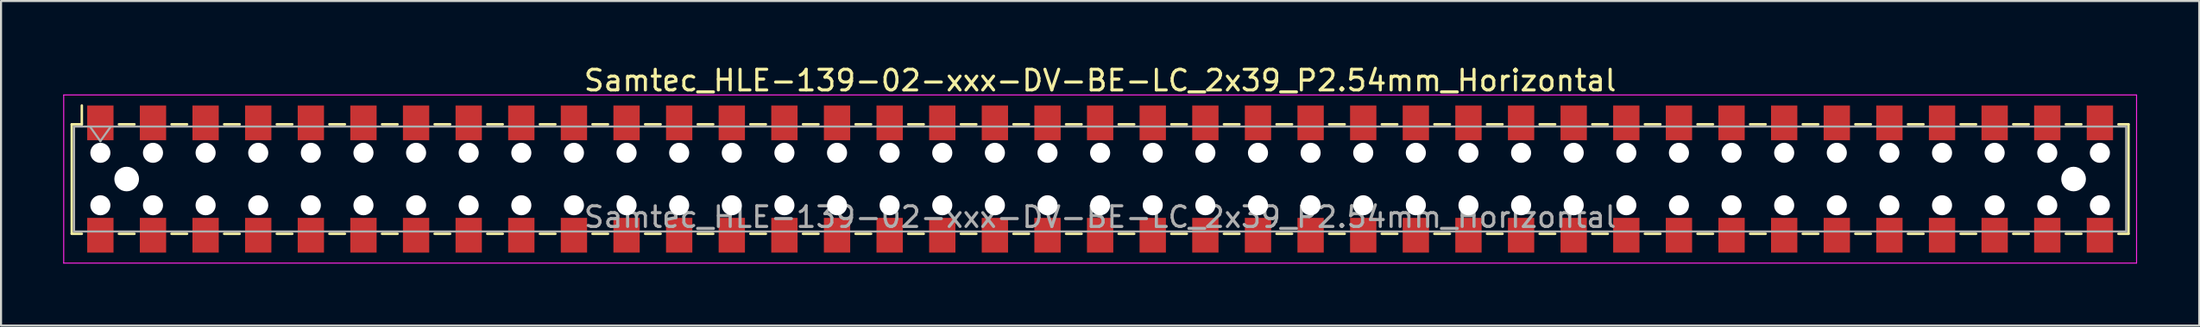
<source format=kicad_pcb>
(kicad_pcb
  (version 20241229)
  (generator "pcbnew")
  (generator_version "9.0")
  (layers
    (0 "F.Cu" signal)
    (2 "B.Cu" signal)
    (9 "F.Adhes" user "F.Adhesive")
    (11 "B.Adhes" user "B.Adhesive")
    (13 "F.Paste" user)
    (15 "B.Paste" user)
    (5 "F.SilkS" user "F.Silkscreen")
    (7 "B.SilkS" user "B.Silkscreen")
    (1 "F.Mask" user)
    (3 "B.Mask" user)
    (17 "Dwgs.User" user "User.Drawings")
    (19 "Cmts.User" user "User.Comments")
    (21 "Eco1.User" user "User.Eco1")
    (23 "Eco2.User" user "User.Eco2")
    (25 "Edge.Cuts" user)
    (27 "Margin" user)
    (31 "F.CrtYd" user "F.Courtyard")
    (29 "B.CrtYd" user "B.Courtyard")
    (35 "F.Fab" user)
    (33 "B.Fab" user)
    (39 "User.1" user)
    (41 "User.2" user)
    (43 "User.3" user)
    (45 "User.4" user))
  (footprint "Samtec_HLE-139-02-xxx-DV-BE-LC_2x39_P2.54mm_Horizontal"
    (layer "F.Cu")
    (at 50.055 5.618)
    (property "Reference" "Samtec_HLE-139-02-xxx-DV-BE-LC_2x39_P2.54mm_Horizontal" (at 0 -4.77 0) (layer "F.SilkS") (effects (font (size 1 1) (thickness 0.15))))
    (attr smd)
    (fp_line (start -49.64 -2.65) (end -49.64 2.65) (stroke (width 0.12) (type solid)) (layer "F.SilkS"))
    (fp_line (start -49.64 2.65) (end -49.155 2.65) (stroke (width 0.12) (type solid)) (layer "F.SilkS"))
    (fp_line (start -49.155 -3.56) (end -49.155 -2.65) (stroke (width 0.12) (type solid)) (layer "F.SilkS"))
    (fp_line (start -49.155 -2.65) (end -49.64 -2.65) (stroke (width 0.12) (type solid)) (layer "F.SilkS"))
    (fp_line (start -47.365 -2.65) (end -46.615 -2.65) (stroke (width 0.12) (type solid)) (layer "F.SilkS"))
    (fp_line (start -47.365 2.65) (end -46.615 2.65) (stroke (width 0.12) (type solid)) (layer "F.SilkS"))
    (fp_line (start -44.825 -2.65) (end -44.075 -2.65) (stroke (width 0.12) (type solid)) (layer "F.SilkS"))
    (fp_line (start -44.825 2.65) (end -44.075 2.65) (stroke (width 0.12) (type solid)) (layer "F.SilkS"))
    (fp_line (start -42.285 -2.65) (end -41.535 -2.65) (stroke (width 0.12) (type solid)) (layer "F.SilkS"))
    (fp_line (start -42.285 2.65) (end -41.535 2.65) (stroke (width 0.12) (type solid)) (layer "F.SilkS"))
    (fp_line (start -39.745 -2.65) (end -38.995 -2.65) (stroke (width 0.12) (type solid)) (layer "F.SilkS"))
    (fp_line (start -39.745 2.65) (end -38.995 2.65) (stroke (width 0.12) (type solid)) (layer "F.SilkS"))
    (fp_line (start -37.205 -2.65) (end -36.455 -2.65) (stroke (width 0.12) (type solid)) (layer "F.SilkS"))
    (fp_line (start -37.205 2.65) (end -36.455 2.65) (stroke (width 0.12) (type solid)) (layer "F.SilkS"))
    (fp_line (start -34.665 -2.65) (end -33.915 -2.65) (stroke (width 0.12) (type solid)) (layer "F.SilkS"))
    (fp_line (start -34.665 2.65) (end -33.915 2.65) (stroke (width 0.12) (type solid)) (layer "F.SilkS"))
    (fp_line (start -32.125 -2.65) (end -31.375 -2.65) (stroke (width 0.12) (type solid)) (layer "F.SilkS"))
    (fp_line (start -32.125 2.65) (end -31.375 2.65) (stroke (width 0.12) (type solid)) (layer "F.SilkS"))
    (fp_line (start -29.585 -2.65) (end -28.835 -2.65) (stroke (width 0.12) (type solid)) (layer "F.SilkS"))
    (fp_line (start -29.585 2.65) (end -28.835 2.65) (stroke (width 0.12) (type solid)) (layer "F.SilkS"))
    (fp_line (start -27.045 -2.65) (end -26.295 -2.65) (stroke (width 0.12) (type solid)) (layer "F.SilkS"))
    (fp_line (start -27.045 2.65) (end -26.295 2.65) (stroke (width 0.12) (type solid)) (layer "F.SilkS"))
    (fp_line (start -24.505 -2.65) (end -23.755 -2.65) (stroke (width 0.12) (type solid)) (layer "F.SilkS"))
    (fp_line (start -24.505 2.65) (end -23.755 2.65) (stroke (width 0.12) (type solid)) (layer "F.SilkS"))
    (fp_line (start -21.965 -2.65) (end -21.215 -2.65) (stroke (width 0.12) (type solid)) (layer "F.SilkS"))
    (fp_line (start -21.965 2.65) (end -21.215 2.65) (stroke (width 0.12) (type solid)) (layer "F.SilkS"))
    (fp_line (start -19.425 -2.65) (end -18.675 -2.65) (stroke (width 0.12) (type solid)) (layer "F.SilkS"))
    (fp_line (start -19.425 2.65) (end -18.675 2.65) (stroke (width 0.12) (type solid)) (layer "F.SilkS"))
    (fp_line (start -16.885 -2.65) (end -16.135 -2.65) (stroke (width 0.12) (type solid)) (layer "F.SilkS"))
    (fp_line (start -16.885 2.65) (end -16.135 2.65) (stroke (width 0.12) (type solid)) (layer "F.SilkS"))
    (fp_line (start -14.345 -2.65) (end -13.595 -2.65) (stroke (width 0.12) (type solid)) (layer "F.SilkS"))
    (fp_line (start -14.345 2.65) (end -13.595 2.65) (stroke (width 0.12) (type solid)) (layer "F.SilkS"))
    (fp_line (start -11.805 -2.65) (end -11.055 -2.65) (stroke (width 0.12) (type solid)) (layer "F.SilkS"))
    (fp_line (start -11.805 2.65) (end -11.055 2.65) (stroke (width 0.12) (type solid)) (layer "F.SilkS"))
    (fp_line (start -9.265 -2.65) (end -8.515 -2.65) (stroke (width 0.12) (type solid)) (layer "F.SilkS"))
    (fp_line (start -9.265 2.65) (end -8.515 2.65) (stroke (width 0.12) (type solid)) (layer "F.SilkS"))
    (fp_line (start -6.725 -2.65) (end -5.975 -2.65) (stroke (width 0.12) (type solid)) (layer "F.SilkS"))
    (fp_line (start -6.725 2.65) (end -5.975 2.65) (stroke (width 0.12) (type solid)) (layer "F.SilkS"))
    (fp_line (start -4.185 -2.65) (end -3.435 -2.65) (stroke (width 0.12) (type solid)) (layer "F.SilkS"))
    (fp_line (start -4.185 2.65) (end -3.435 2.65) (stroke (width 0.12) (type solid)) (layer "F.SilkS"))
    (fp_line (start -1.645 -2.65) (end -0.895 -2.65) (stroke (width 0.12) (type solid)) (layer "F.SilkS"))
    (fp_line (start -1.645 2.65) (end -0.895 2.65) (stroke (width 0.12) (type solid)) (layer "F.SilkS"))
    (fp_line (start 0.895 -2.65) (end 1.645 -2.65) (stroke (width 0.12) (type solid)) (layer "F.SilkS"))
    (fp_line (start 0.895 2.65) (end 1.645 2.65) (stroke (width 0.12) (type solid)) (layer "F.SilkS"))
    (fp_line (start 3.435 -2.65) (end 4.185 -2.65) (stroke (width 0.12) (type solid)) (layer "F.SilkS"))
    (fp_line (start 3.435 2.65) (end 4.185 2.65) (stroke (width 0.12) (type solid)) (layer "F.SilkS"))
    (fp_line (start 5.975 -2.65) (end 6.725 -2.65) (stroke (width 0.12) (type solid)) (layer "F.SilkS"))
    (fp_line (start 5.975 2.65) (end 6.725 2.65) (stroke (width 0.12) (type solid)) (layer "F.SilkS"))
    (fp_line (start 8.515 -2.65) (end 9.265 -2.65) (stroke (width 0.12) (type solid)) (layer "F.SilkS"))
    (fp_line (start 8.515 2.65) (end 9.265 2.65) (stroke (width 0.12) (type solid)) (layer "F.SilkS"))
    (fp_line (start 11.055 -2.65) (end 11.805 -2.65) (stroke (width 0.12) (type solid)) (layer "F.SilkS"))
    (fp_line (start 11.055 2.65) (end 11.805 2.65) (stroke (width 0.12) (type solid)) (layer "F.SilkS"))
    (fp_line (start 13.595 -2.65) (end 14.345 -2.65) (stroke (width 0.12) (type solid)) (layer "F.SilkS"))
    (fp_line (start 13.595 2.65) (end 14.345 2.65) (stroke (width 0.12) (type solid)) (layer "F.SilkS"))
    (fp_line (start 16.135 -2.65) (end 16.885 -2.65) (stroke (width 0.12) (type solid)) (layer "F.SilkS"))
    (fp_line (start 16.135 2.65) (end 16.885 2.65) (stroke (width 0.12) (type solid)) (layer "F.SilkS"))
    (fp_line (start 18.675 -2.65) (end 19.425 -2.65) (stroke (width 0.12) (type solid)) (layer "F.SilkS"))
    (fp_line (start 18.675 2.65) (end 19.425 2.65) (stroke (width 0.12) (type solid)) (layer "F.SilkS"))
    (fp_line (start 21.215 -2.65) (end 21.965 -2.65) (stroke (width 0.12) (type solid)) (layer "F.SilkS"))
    (fp_line (start 21.215 2.65) (end 21.965 2.65) (stroke (width 0.12) (type solid)) (layer "F.SilkS"))
    (fp_line (start 23.755 -2.65) (end 24.505 -2.65) (stroke (width 0.12) (type solid)) (layer "F.SilkS"))
    (fp_line (start 23.755 2.65) (end 24.505 2.65) (stroke (width 0.12) (type solid)) (layer "F.SilkS"))
    (fp_line (start 26.295 -2.65) (end 27.045 -2.65) (stroke (width 0.12) (type solid)) (layer "F.SilkS"))
    (fp_line (start 26.295 2.65) (end 27.045 2.65) (stroke (width 0.12) (type solid)) (layer "F.SilkS"))
    (fp_line (start 28.835 -2.65) (end 29.585 -2.65) (stroke (width 0.12) (type solid)) (layer "F.SilkS"))
    (fp_line (start 28.835 2.65) (end 29.585 2.65) (stroke (width 0.12) (type solid)) (layer "F.SilkS"))
    (fp_line (start 31.375 -2.65) (end 32.125 -2.65) (stroke (width 0.12) (type solid)) (layer "F.SilkS"))
    (fp_line (start 31.375 2.65) (end 32.125 2.65) (stroke (width 0.12) (type solid)) (layer "F.SilkS"))
    (fp_line (start 33.915 -2.65) (end 34.665 -2.65) (stroke (width 0.12) (type solid)) (layer "F.SilkS"))
    (fp_line (start 33.915 2.65) (end 34.665 2.65) (stroke (width 0.12) (type solid)) (layer "F.SilkS"))
    (fp_line (start 36.455 -2.65) (end 37.205 -2.65) (stroke (width 0.12) (type solid)) (layer "F.SilkS"))
    (fp_line (start 36.455 2.65) (end 37.205 2.65) (stroke (width 0.12) (type solid)) (layer "F.SilkS"))
    (fp_line (start 38.995 -2.65) (end 39.745 -2.65) (stroke (width 0.12) (type solid)) (layer "F.SilkS"))
    (fp_line (start 38.995 2.65) (end 39.745 2.65) (stroke (width 0.12) (type solid)) (layer "F.SilkS"))
    (fp_line (start 41.535 -2.65) (end 42.285 -2.65) (stroke (width 0.12) (type solid)) (layer "F.SilkS"))
    (fp_line (start 41.535 2.65) (end 42.285 2.65) (stroke (width 0.12) (type solid)) (layer "F.SilkS"))
    (fp_line (start 44.075 -2.65) (end 44.825 -2.65) (stroke (width 0.12) (type solid)) (layer "F.SilkS"))
    (fp_line (start 44.075 2.65) (end 44.825 2.65) (stroke (width 0.12) (type solid)) (layer "F.SilkS"))
    (fp_line (start 46.615 -2.65) (end 47.365 -2.65) (stroke (width 0.12) (type solid)) (layer "F.SilkS"))
    (fp_line (start 46.615 2.65) (end 47.365 2.65) (stroke (width 0.12) (type solid)) (layer "F.SilkS"))
    (fp_line (start 49.155 -2.65) (end 49.64 -2.65) (stroke (width 0.12) (type solid)) (layer "F.SilkS"))
    (fp_line (start 49.64 -2.65) (end 49.64 2.65) (stroke (width 0.12) (type solid)) (layer "F.SilkS"))
    (fp_line (start 49.64 2.65) (end 49.155 2.65) (stroke (width 0.12) (type solid)) (layer "F.SilkS"))
    (fp_line (start -50.03 -4.07) (end 50.03 -4.07) (stroke (width 0.05) (type solid)) (layer "F.CrtYd"))
    (fp_line (start -50.03 4.07) (end -50.03 -4.07) (stroke (width 0.05) (type solid)) (layer "F.CrtYd"))
    (fp_line (start 50.03 -4.07) (end 50.03 4.07) (stroke (width 0.05) (type solid)) (layer "F.CrtYd"))
    (fp_line (start 50.03 4.07) (end -50.03 4.07) (stroke (width 0.05) (type solid)) (layer "F.CrtYd"))
    (fp_line (start -49.53 -2.54) (end 49.53 -2.54) (stroke (width 0.1) (type solid)) (layer "F.Fab"))
    (fp_line (start -49.53 2.54) (end -49.53 -2.54) (stroke (width 0.1) (type solid)) (layer "F.Fab"))
    (fp_line (start -48.76 -2.54) (end -48.26 -1.833) (stroke (width 0.1) (type solid)) (layer "F.Fab"))
    (fp_line (start -48.26 -1.833) (end -47.76 -2.54) (stroke (width 0.1) (type solid)) (layer "F.Fab"))
    (fp_line (start 49.53 -2.54) (end 49.53 2.54) (stroke (width 0.1) (type solid)) (layer "F.Fab"))
    (fp_line (start 49.53 2.54) (end -49.53 2.54) (stroke (width 0.1) (type solid)) (layer "F.Fab"))
    (fp_text user "${REFERENCE}" (at 0 1.84 0) (layer "F.Fab") (effects (font (size 1 1) (thickness 0.15))))
    (pad "" np_thru_hole circle (at -48.26 -1.27) (size 0.97 0.97) (drill 0.97) (layers "*.Cu" "*.Mask"))
    (pad "" np_thru_hole circle (at -48.26 1.27) (size 0.97 0.97) (drill 0.97) (layers "*.Cu" "*.Mask"))
    (pad "" np_thru_hole circle (at -46.99 0) (size 1.19 1.19) (drill 1.19) (layers "*.Cu" "*.Mask"))
    (pad "" np_thru_hole circle (at -45.72 -1.27) (size 0.97 0.97) (drill 0.97) (layers "*.Cu" "*.Mask"))
    (pad "" np_thru_hole circle (at -45.72 1.27) (size 0.97 0.97) (drill 0.97) (layers "*.Cu" "*.Mask"))
    (pad "" np_thru_hole circle (at -43.18 -1.27) (size 0.97 0.97) (drill 0.97) (layers "*.Cu" "*.Mask"))
    (pad "" np_thru_hole circle (at -43.18 1.27) (size 0.97 0.97) (drill 0.97) (layers "*.Cu" "*.Mask"))
    (pad "" np_thru_hole circle (at -40.64 -1.27) (size 0.97 0.97) (drill 0.97) (layers "*.Cu" "*.Mask"))
    (pad "" np_thru_hole circle (at -40.64 1.27) (size 0.97 0.97) (drill 0.97) (layers "*.Cu" "*.Mask"))
    (pad "" np_thru_hole circle (at -38.1 -1.27) (size 0.97 0.97) (drill 0.97) (layers "*.Cu" "*.Mask"))
    (pad "" np_thru_hole circle (at -38.1 1.27) (size 0.97 0.97) (drill 0.97) (layers "*.Cu" "*.Mask"))
    (pad "" np_thru_hole circle (at -35.56 -1.27) (size 0.97 0.97) (drill 0.97) (layers "*.Cu" "*.Mask"))
    (pad "" np_thru_hole circle (at -35.56 1.27) (size 0.97 0.97) (drill 0.97) (layers "*.Cu" "*.Mask"))
    (pad "" np_thru_hole circle (at -33.02 -1.27) (size 0.97 0.97) (drill 0.97) (layers "*.Cu" "*.Mask"))
    (pad "" np_thru_hole circle (at -33.02 1.27) (size 0.97 0.97) (drill 0.97) (layers "*.Cu" "*.Mask"))
    (pad "" np_thru_hole circle (at -30.48 -1.27) (size 0.97 0.97) (drill 0.97) (layers "*.Cu" "*.Mask"))
    (pad "" np_thru_hole circle (at -30.48 1.27) (size 0.97 0.97) (drill 0.97) (layers "*.Cu" "*.Mask"))
    (pad "" np_thru_hole circle (at -27.94 -1.27) (size 0.97 0.97) (drill 0.97) (layers "*.Cu" "*.Mask"))
    (pad "" np_thru_hole circle (at -27.94 1.27) (size 0.97 0.97) (drill 0.97) (layers "*.Cu" "*.Mask"))
    (pad "" np_thru_hole circle (at -25.4 -1.27) (size 0.97 0.97) (drill 0.97) (layers "*.Cu" "*.Mask"))
    (pad "" np_thru_hole circle (at -25.4 1.27) (size 0.97 0.97) (drill 0.97) (layers "*.Cu" "*.Mask"))
    (pad "" np_thru_hole circle (at -22.86 -1.27) (size 0.97 0.97) (drill 0.97) (layers "*.Cu" "*.Mask"))
    (pad "" np_thru_hole circle (at -22.86 1.27) (size 0.97 0.97) (drill 0.97) (layers "*.Cu" "*.Mask"))
    (pad "" np_thru_hole circle (at -20.32 -1.27) (size 0.97 0.97) (drill 0.97) (layers "*.Cu" "*.Mask"))
    (pad "" np_thru_hole circle (at -20.32 1.27) (size 0.97 0.97) (drill 0.97) (layers "*.Cu" "*.Mask"))
    (pad "" np_thru_hole circle (at -17.78 -1.27) (size 0.97 0.97) (drill 0.97) (layers "*.Cu" "*.Mask"))
    (pad "" np_thru_hole circle (at -17.78 1.27) (size 0.97 0.97) (drill 0.97) (layers "*.Cu" "*.Mask"))
    (pad "" np_thru_hole circle (at -15.24 -1.27) (size 0.97 0.97) (drill 0.97) (layers "*.Cu" "*.Mask"))
    (pad "" np_thru_hole circle (at -15.24 1.27) (size 0.97 0.97) (drill 0.97) (layers "*.Cu" "*.Mask"))
    (pad "" np_thru_hole circle (at -12.7 -1.27) (size 0.97 0.97) (drill 0.97) (layers "*.Cu" "*.Mask"))
    (pad "" np_thru_hole circle (at -12.7 1.27) (size 0.97 0.97) (drill 0.97) (layers "*.Cu" "*.Mask"))
    (pad "" np_thru_hole circle (at -10.16 -1.27) (size 0.97 0.97) (drill 0.97) (layers "*.Cu" "*.Mask"))
    (pad "" np_thru_hole circle (at -10.16 1.27) (size 0.97 0.97) (drill 0.97) (layers "*.Cu" "*.Mask"))
    (pad "" np_thru_hole circle (at -7.62 -1.27) (size 0.97 0.97) (drill 0.97) (layers "*.Cu" "*.Mask"))
    (pad "" np_thru_hole circle (at -7.62 1.27) (size 0.97 0.97) (drill 0.97) (layers "*.Cu" "*.Mask"))
    (pad "" np_thru_hole circle (at -5.08 -1.27) (size 0.97 0.97) (drill 0.97) (layers "*.Cu" "*.Mask"))
    (pad "" np_thru_hole circle (at -5.08 1.27) (size 0.97 0.97) (drill 0.97) (layers "*.Cu" "*.Mask"))
    (pad "" np_thru_hole circle (at -2.54 -1.27) (size 0.97 0.97) (drill 0.97) (layers "*.Cu" "*.Mask"))
    (pad "" np_thru_hole circle (at -2.54 1.27) (size 0.97 0.97) (drill 0.97) (layers "*.Cu" "*.Mask"))
    (pad "" np_thru_hole circle (at 0 -1.27) (size 0.97 0.97) (drill 0.97) (layers "*.Cu" "*.Mask"))
    (pad "" np_thru_hole circle (at 0 1.27) (size 0.97 0.97) (drill 0.97) (layers "*.Cu" "*.Mask"))
    (pad "" np_thru_hole circle (at 2.54 -1.27) (size 0.97 0.97) (drill 0.97) (layers "*.Cu" "*.Mask"))
    (pad "" np_thru_hole circle (at 2.54 1.27) (size 0.97 0.97) (drill 0.97) (layers "*.Cu" "*.Mask"))
    (pad "" np_thru_hole circle (at 5.08 -1.27) (size 0.97 0.97) (drill 0.97) (layers "*.Cu" "*.Mask"))
    (pad "" np_thru_hole circle (at 5.08 1.27) (size 0.97 0.97) (drill 0.97) (layers "*.Cu" "*.Mask"))
    (pad "" np_thru_hole circle (at 7.62 -1.27) (size 0.97 0.97) (drill 0.97) (layers "*.Cu" "*.Mask"))
    (pad "" np_thru_hole circle (at 7.62 1.27) (size 0.97 0.97) (drill 0.97) (layers "*.Cu" "*.Mask"))
    (pad "" np_thru_hole circle (at 10.16 -1.27) (size 0.97 0.97) (drill 0.97) (layers "*.Cu" "*.Mask"))
    (pad "" np_thru_hole circle (at 10.16 1.27) (size 0.97 0.97) (drill 0.97) (layers "*.Cu" "*.Mask"))
    (pad "" np_thru_hole circle (at 12.7 -1.27) (size 0.97 0.97) (drill 0.97) (layers "*.Cu" "*.Mask"))
    (pad "" np_thru_hole circle (at 12.7 1.27) (size 0.97 0.97) (drill 0.97) (layers "*.Cu" "*.Mask"))
    (pad "" np_thru_hole circle (at 15.24 -1.27) (size 0.97 0.97) (drill 0.97) (layers "*.Cu" "*.Mask"))
    (pad "" np_thru_hole circle (at 15.24 1.27) (size 0.97 0.97) (drill 0.97) (layers "*.Cu" "*.Mask"))
    (pad "" np_thru_hole circle (at 17.78 -1.27) (size 0.97 0.97) (drill 0.97) (layers "*.Cu" "*.Mask"))
    (pad "" np_thru_hole circle (at 17.78 1.27) (size 0.97 0.97) (drill 0.97) (layers "*.Cu" "*.Mask"))
    (pad "" np_thru_hole circle (at 20.32 -1.27) (size 0.97 0.97) (drill 0.97) (layers "*.Cu" "*.Mask"))
    (pad "" np_thru_hole circle (at 20.32 1.27) (size 0.97 0.97) (drill 0.97) (layers "*.Cu" "*.Mask"))
    (pad "" np_thru_hole circle (at 22.86 -1.27) (size 0.97 0.97) (drill 0.97) (layers "*.Cu" "*.Mask"))
    (pad "" np_thru_hole circle (at 22.86 1.27) (size 0.97 0.97) (drill 0.97) (layers "*.Cu" "*.Mask"))
    (pad "" np_thru_hole circle (at 25.4 -1.27) (size 0.97 0.97) (drill 0.97) (layers "*.Cu" "*.Mask"))
    (pad "" np_thru_hole circle (at 25.4 1.27) (size 0.97 0.97) (drill 0.97) (layers "*.Cu" "*.Mask"))
    (pad "" np_thru_hole circle (at 27.94 -1.27) (size 0.97 0.97) (drill 0.97) (layers "*.Cu" "*.Mask"))
    (pad "" np_thru_hole circle (at 27.94 1.27) (size 0.97 0.97) (drill 0.97) (layers "*.Cu" "*.Mask"))
    (pad "" np_thru_hole circle (at 30.48 -1.27) (size 0.97 0.97) (drill 0.97) (layers "*.Cu" "*.Mask"))
    (pad "" np_thru_hole circle (at 30.48 1.27) (size 0.97 0.97) (drill 0.97) (layers "*.Cu" "*.Mask"))
    (pad "" np_thru_hole circle (at 33.02 -1.27) (size 0.97 0.97) (drill 0.97) (layers "*.Cu" "*.Mask"))
    (pad "" np_thru_hole circle (at 33.02 1.27) (size 0.97 0.97) (drill 0.97) (layers "*.Cu" "*.Mask"))
    (pad "" np_thru_hole circle (at 35.56 -1.27) (size 0.97 0.97) (drill 0.97) (layers "*.Cu" "*.Mask"))
    (pad "" np_thru_hole circle (at 35.56 1.27) (size 0.97 0.97) (drill 0.97) (layers "*.Cu" "*.Mask"))
    (pad "" np_thru_hole circle (at 38.1 -1.27) (size 0.97 0.97) (drill 0.97) (layers "*.Cu" "*.Mask"))
    (pad "" np_thru_hole circle (at 38.1 1.27) (size 0.97 0.97) (drill 0.97) (layers "*.Cu" "*.Mask"))
    (pad "" np_thru_hole circle (at 40.64 -1.27) (size 0.97 0.97) (drill 0.97) (layers "*.Cu" "*.Mask"))
    (pad "" np_thru_hole circle (at 40.64 1.27) (size 0.97 0.97) (drill 0.97) (layers "*.Cu" "*.Mask"))
    (pad "" np_thru_hole circle (at 43.18 -1.27) (size 0.97 0.97) (drill 0.97) (layers "*.Cu" "*.Mask"))
    (pad "" np_thru_hole circle (at 43.18 1.27) (size 0.97 0.97) (drill 0.97) (layers "*.Cu" "*.Mask"))
    (pad "" np_thru_hole circle (at 45.72 -1.27) (size 0.97 0.97) (drill 0.97) (layers "*.Cu" "*.Mask"))
    (pad "" np_thru_hole circle (at 45.72 1.27) (size 0.97 0.97) (drill 0.97) (layers "*.Cu" "*.Mask"))
    (pad "" np_thru_hole circle (at 46.99 0) (size 1.19 1.19) (drill 1.19) (layers "*.Cu" "*.Mask"))
    (pad "" np_thru_hole circle (at 48.26 -1.27) (size 0.97 0.97) (drill 0.97) (layers "*.Cu" "*.Mask"))
    (pad "" np_thru_hole circle (at 48.26 1.27) (size 0.97 0.97) (drill 0.97) (layers "*.Cu" "*.Mask"))
    (pad "1" smd rect (at -48.26 -2.72) (size 1.27 1.68) (layers "F.Cu" "F.Mask" "F.Paste"))
    (pad "2" smd rect (at -48.26 2.72) (size 1.27 1.68) (layers "F.Cu" "F.Mask" "F.Paste"))
    (pad "3" smd rect (at -45.72 -2.72) (size 1.27 1.68) (layers "F.Cu" "F.Mask" "F.Paste"))
    (pad "4" smd rect (at -45.72 2.72) (size 1.27 1.68) (layers "F.Cu" "F.Mask" "F.Paste"))
    (pad "5" smd rect (at -43.18 -2.72) (size 1.27 1.68) (layers "F.Cu" "F.Mask" "F.Paste"))
    (pad "6" smd rect (at -43.18 2.72) (size 1.27 1.68) (layers "F.Cu" "F.Mask" "F.Paste"))
    (pad "7" smd rect (at -40.64 -2.72) (size 1.27 1.68) (layers "F.Cu" "F.Mask" "F.Paste"))
    (pad "8" smd rect (at -40.64 2.72) (size 1.27 1.68) (layers "F.Cu" "F.Mask" "F.Paste"))
    (pad "9" smd rect (at -38.1 -2.72) (size 1.27 1.68) (layers "F.Cu" "F.Mask" "F.Paste"))
    (pad "10" smd rect (at -38.1 2.72) (size 1.27 1.68) (layers "F.Cu" "F.Mask" "F.Paste"))
    (pad "11" smd rect (at -35.56 -2.72) (size 1.27 1.68) (layers "F.Cu" "F.Mask" "F.Paste"))
    (pad "12" smd rect (at -35.56 2.72) (size 1.27 1.68) (layers "F.Cu" "F.Mask" "F.Paste"))
    (pad "13" smd rect (at -33.02 -2.72) (size 1.27 1.68) (layers "F.Cu" "F.Mask" "F.Paste"))
    (pad "14" smd rect (at -33.02 2.72) (size 1.27 1.68) (layers "F.Cu" "F.Mask" "F.Paste"))
    (pad "15" smd rect (at -30.48 -2.72) (size 1.27 1.68) (layers "F.Cu" "F.Mask" "F.Paste"))
    (pad "16" smd rect (at -30.48 2.72) (size 1.27 1.68) (layers "F.Cu" "F.Mask" "F.Paste"))
    (pad "17" smd rect (at -27.94 -2.72) (size 1.27 1.68) (layers "F.Cu" "F.Mask" "F.Paste"))
    (pad "18" smd rect (at -27.94 2.72) (size 1.27 1.68) (layers "F.Cu" "F.Mask" "F.Paste"))
    (pad "19" smd rect (at -25.4 -2.72) (size 1.27 1.68) (layers "F.Cu" "F.Mask" "F.Paste"))
    (pad "20" smd rect (at -25.4 2.72) (size 1.27 1.68) (layers "F.Cu" "F.Mask" "F.Paste"))
    (pad "21" smd rect (at -22.86 -2.72) (size 1.27 1.68) (layers "F.Cu" "F.Mask" "F.Paste"))
    (pad "22" smd rect (at -22.86 2.72) (size 1.27 1.68) (layers "F.Cu" "F.Mask" "F.Paste"))
    (pad "23" smd rect (at -20.32 -2.72) (size 1.27 1.68) (layers "F.Cu" "F.Mask" "F.Paste"))
    (pad "24" smd rect (at -20.32 2.72) (size 1.27 1.68) (layers "F.Cu" "F.Mask" "F.Paste"))
    (pad "25" smd rect (at -17.78 -2.72) (size 1.27 1.68) (layers "F.Cu" "F.Mask" "F.Paste"))
    (pad "26" smd rect (at -17.78 2.72) (size 1.27 1.68) (layers "F.Cu" "F.Mask" "F.Paste"))
    (pad "27" smd rect (at -15.24 -2.72) (size 1.27 1.68) (layers "F.Cu" "F.Mask" "F.Paste"))
    (pad "28" smd rect (at -15.24 2.72) (size 1.27 1.68) (layers "F.Cu" "F.Mask" "F.Paste"))
    (pad "29" smd rect (at -12.7 -2.72) (size 1.27 1.68) (layers "F.Cu" "F.Mask" "F.Paste"))
    (pad "30" smd rect (at -12.7 2.72) (size 1.27 1.68) (layers "F.Cu" "F.Mask" "F.Paste"))
    (pad "31" smd rect (at -10.16 -2.72) (size 1.27 1.68) (layers "F.Cu" "F.Mask" "F.Paste"))
    (pad "32" smd rect (at -10.16 2.72) (size 1.27 1.68) (layers "F.Cu" "F.Mask" "F.Paste"))
    (pad "33" smd rect (at -7.62 -2.72) (size 1.27 1.68) (layers "F.Cu" "F.Mask" "F.Paste"))
    (pad "34" smd rect (at -7.62 2.72) (size 1.27 1.68) (layers "F.Cu" "F.Mask" "F.Paste"))
    (pad "35" smd rect (at -5.08 -2.72) (size 1.27 1.68) (layers "F.Cu" "F.Mask" "F.Paste"))
    (pad "36" smd rect (at -5.08 2.72) (size 1.27 1.68) (layers "F.Cu" "F.Mask" "F.Paste"))
    (pad "37" smd rect (at -2.54 -2.72) (size 1.27 1.68) (layers "F.Cu" "F.Mask" "F.Paste"))
    (pad "38" smd rect (at -2.54 2.72) (size 1.27 1.68) (layers "F.Cu" "F.Mask" "F.Paste"))
    (pad "39" smd rect (at 0 -2.72) (size 1.27 1.68) (layers "F.Cu" "F.Mask" "F.Paste"))
    (pad "40" smd rect (at 0 2.72) (size 1.27 1.68) (layers "F.Cu" "F.Mask" "F.Paste"))
    (pad "41" smd rect (at 2.54 -2.72) (size 1.27 1.68) (layers "F.Cu" "F.Mask" "F.Paste"))
    (pad "42" smd rect (at 2.54 2.72) (size 1.27 1.68) (layers "F.Cu" "F.Mask" "F.Paste"))
    (pad "43" smd rect (at 5.08 -2.72) (size 1.27 1.68) (layers "F.Cu" "F.Mask" "F.Paste"))
    (pad "44" smd rect (at 5.08 2.72) (size 1.27 1.68) (layers "F.Cu" "F.Mask" "F.Paste"))
    (pad "45" smd rect (at 7.62 -2.72) (size 1.27 1.68) (layers "F.Cu" "F.Mask" "F.Paste"))
    (pad "46" smd rect (at 7.62 2.72) (size 1.27 1.68) (layers "F.Cu" "F.Mask" "F.Paste"))
    (pad "47" smd rect (at 10.16 -2.72) (size 1.27 1.68) (layers "F.Cu" "F.Mask" "F.Paste"))
    (pad "48" smd rect (at 10.16 2.72) (size 1.27 1.68) (layers "F.Cu" "F.Mask" "F.Paste"))
    (pad "49" smd rect (at 12.7 -2.72) (size 1.27 1.68) (layers "F.Cu" "F.Mask" "F.Paste"))
    (pad "50" smd rect (at 12.7 2.72) (size 1.27 1.68) (layers "F.Cu" "F.Mask" "F.Paste"))
    (pad "51" smd rect (at 15.24 -2.72) (size 1.27 1.68) (layers "F.Cu" "F.Mask" "F.Paste"))
    (pad "52" smd rect (at 15.24 2.72) (size 1.27 1.68) (layers "F.Cu" "F.Mask" "F.Paste"))
    (pad "53" smd rect (at 17.78 -2.72) (size 1.27 1.68) (layers "F.Cu" "F.Mask" "F.Paste"))
    (pad "54" smd rect (at 17.78 2.72) (size 1.27 1.68) (layers "F.Cu" "F.Mask" "F.Paste"))
    (pad "55" smd rect (at 20.32 -2.72) (size 1.27 1.68) (layers "F.Cu" "F.Mask" "F.Paste"))
    (pad "56" smd rect (at 20.32 2.72) (size 1.27 1.68) (layers "F.Cu" "F.Mask" "F.Paste"))
    (pad "57" smd rect (at 22.86 -2.72) (size 1.27 1.68) (layers "F.Cu" "F.Mask" "F.Paste"))
    (pad "58" smd rect (at 22.86 2.72) (size 1.27 1.68) (layers "F.Cu" "F.Mask" "F.Paste"))
    (pad "59" smd rect (at 25.4 -2.72) (size 1.27 1.68) (layers "F.Cu" "F.Mask" "F.Paste"))
    (pad "60" smd rect (at 25.4 2.72) (size 1.27 1.68) (layers "F.Cu" "F.Mask" "F.Paste"))
    (pad "61" smd rect (at 27.94 -2.72) (size 1.27 1.68) (layers "F.Cu" "F.Mask" "F.Paste"))
    (pad "62" smd rect (at 27.94 2.72) (size 1.27 1.68) (layers "F.Cu" "F.Mask" "F.Paste"))
    (pad "63" smd rect (at 30.48 -2.72) (size 1.27 1.68) (layers "F.Cu" "F.Mask" "F.Paste"))
    (pad "64" smd rect (at 30.48 2.72) (size 1.27 1.68) (layers "F.Cu" "F.Mask" "F.Paste"))
    (pad "65" smd rect (at 33.02 -2.72) (size 1.27 1.68) (layers "F.Cu" "F.Mask" "F.Paste"))
    (pad "66" smd rect (at 33.02 2.72) (size 1.27 1.68) (layers "F.Cu" "F.Mask" "F.Paste"))
    (pad "67" smd rect (at 35.56 -2.72) (size 1.27 1.68) (layers "F.Cu" "F.Mask" "F.Paste"))
    (pad "68" smd rect (at 35.56 2.72) (size 1.27 1.68) (layers "F.Cu" "F.Mask" "F.Paste"))
    (pad "69" smd rect (at 38.1 -2.72) (size 1.27 1.68) (layers "F.Cu" "F.Mask" "F.Paste"))
    (pad "70" smd rect (at 38.1 2.72) (size 1.27 1.68) (layers "F.Cu" "F.Mask" "F.Paste"))
    (pad "71" smd rect (at 40.64 -2.72) (size 1.27 1.68) (layers "F.Cu" "F.Mask" "F.Paste"))
    (pad "72" smd rect (at 40.64 2.72) (size 1.27 1.68) (layers "F.Cu" "F.Mask" "F.Paste"))
    (pad "73" smd rect (at 43.18 -2.72) (size 1.27 1.68) (layers "F.Cu" "F.Mask" "F.Paste"))
    (pad "74" smd rect (at 43.18 2.72) (size 1.27 1.68) (layers "F.Cu" "F.Mask" "F.Paste"))
    (pad "75" smd rect (at 45.72 -2.72) (size 1.27 1.68) (layers "F.Cu" "F.Mask" "F.Paste"))
    (pad "76" smd rect (at 45.72 2.72) (size 1.27 1.68) (layers "F.Cu" "F.Mask" "F.Paste"))
    (pad "77" smd rect (at 48.26 -2.72) (size 1.27 1.68) (layers "F.Cu" "F.Mask" "F.Paste"))
    (pad "78" smd rect (at 48.26 2.72) (size 1.27 1.68) (layers "F.Cu" "F.Mask" "F.Paste")))
  (gr_rect
    (start -3 -3)
    (end 103.11 12.713)
    (stroke (width 0.1) (type default))
    (fill no)
    (layer "Edge.Cuts")))
</source>
